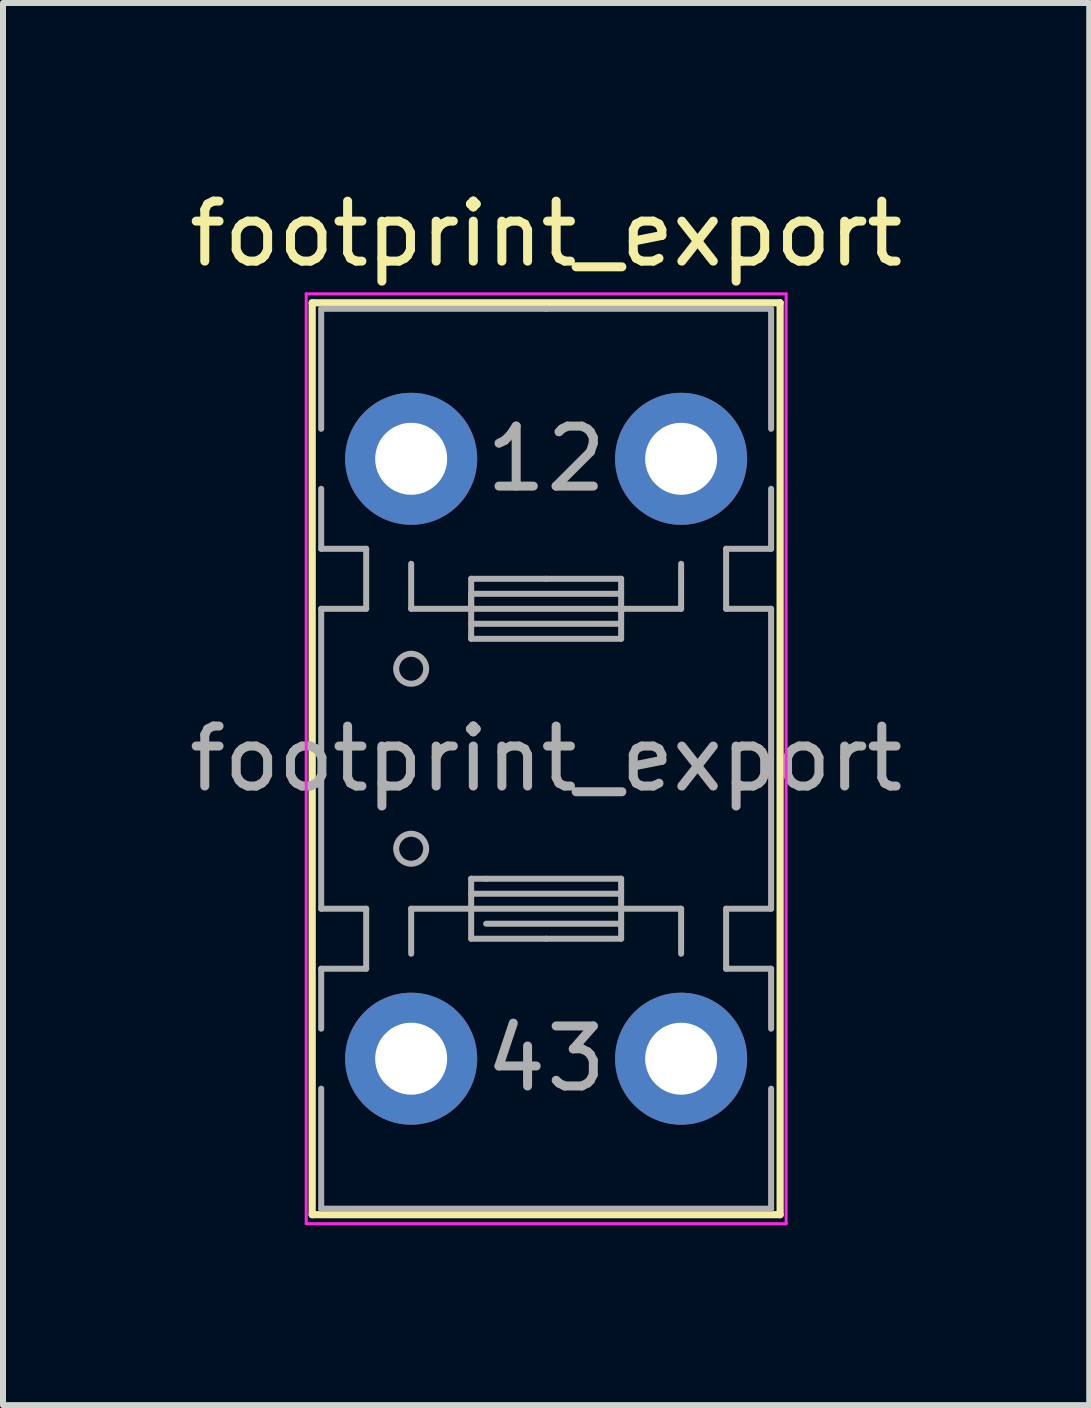
<source format=kicad_pcb>
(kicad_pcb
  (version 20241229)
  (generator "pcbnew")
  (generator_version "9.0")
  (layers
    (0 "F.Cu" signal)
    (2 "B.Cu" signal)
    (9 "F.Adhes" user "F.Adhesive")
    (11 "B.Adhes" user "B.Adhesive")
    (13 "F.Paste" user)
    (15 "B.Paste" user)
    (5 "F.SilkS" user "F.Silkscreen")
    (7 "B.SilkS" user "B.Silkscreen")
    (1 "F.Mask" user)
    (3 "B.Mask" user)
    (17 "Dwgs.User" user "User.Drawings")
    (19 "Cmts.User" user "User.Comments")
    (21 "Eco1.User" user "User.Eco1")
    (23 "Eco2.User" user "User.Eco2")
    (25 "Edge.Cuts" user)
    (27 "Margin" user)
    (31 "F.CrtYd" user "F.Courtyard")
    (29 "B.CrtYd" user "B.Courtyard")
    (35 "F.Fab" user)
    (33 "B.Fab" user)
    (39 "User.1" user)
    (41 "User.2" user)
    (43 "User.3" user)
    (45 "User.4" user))
  (footprint "footprint_export"
    (layer "F.Cu")
    (at 3.804 4.598)
    (property "Reference" "footprint_export" (at 2.25 -3.75 0) (layer "F.SilkS") (effects (font (size 1 1) (thickness 0.15))))
    (attr through_hole)
    (fp_line (start -1.65 -2.6) (end -1.65 12.6) (stroke (width 0.12) (type solid)) (layer "F.SilkS"))
    (fp_line (start -1.65 12.6) (end 6.15 12.6) (stroke (width 0.12) (type solid)) (layer "F.SilkS"))
    (fp_line (start 6.15 -2.6) (end -1.65 -2.6) (stroke (width 0.12) (type solid)) (layer "F.SilkS"))
    (fp_line (start 6.15 12.6) (end 6.15 -2.6) (stroke (width 0.12) (type solid)) (layer "F.SilkS"))
    (fp_line (start -1.75 -2.75) (end -1.75 12.75) (stroke (width 0.05) (type solid)) (layer "F.CrtYd"))
    (fp_line (start -1.75 12.75) (end 6.25 12.75) (stroke (width 0.05) (type solid)) (layer "F.CrtYd"))
    (fp_line (start 6.25 -2.75) (end -1.75 -2.75) (stroke (width 0.05) (type solid)) (layer "F.CrtYd"))
    (fp_line (start 6.25 12.75) (end 6.25 -2.75) (stroke (width 0.05) (type solid)) (layer "F.CrtYd"))
    (fp_line (start -1.5 -2.5) (end 2.25 -2.5) (stroke (width 0.1) (type solid)) (layer "F.Fab"))
    (fp_line (start -1.5 -0.5) (end -1.5 -2.5) (stroke (width 0.1) (type solid)) (layer "F.Fab"))
    (fp_line (start -1.5 1.5) (end -1.5 0.5) (stroke (width 0.1) (type solid)) (layer "F.Fab"))
    (fp_line (start -1.5 2.5) (end -0.75 2.5) (stroke (width 0.1) (type solid)) (layer "F.Fab"))
    (fp_line (start -1.5 7.5) (end -1.5 2.5) (stroke (width 0.1) (type solid)) (layer "F.Fab"))
    (fp_line (start -1.5 8.5) (end -0.75 8.5) (stroke (width 0.1) (type solid)) (layer "F.Fab"))
    (fp_line (start -1.5 9.5) (end -1.5 8.5) (stroke (width 0.1) (type solid)) (layer "F.Fab"))
    (fp_line (start -1.5 12.5) (end -1.5 10.5) (stroke (width 0.1) (type solid)) (layer "F.Fab"))
    (fp_line (start -0.75 1.5) (end -1.5 1.5) (stroke (width 0.1) (type solid)) (layer "F.Fab"))
    (fp_line (start -0.75 2.5) (end -0.75 1.5) (stroke (width 0.1) (type solid)) (layer "F.Fab"))
    (fp_line (start -0.75 7.5) (end -1.5 7.5) (stroke (width 0.1) (type solid)) (layer "F.Fab"))
    (fp_line (start -0.75 8.5) (end -0.75 7.5) (stroke (width 0.1) (type solid)) (layer "F.Fab"))
    (fp_line (start 0 2.5) (end 0 1.75) (stroke (width 0.1) (type solid)) (layer "F.Fab"))
    (fp_line (start 0 7.5) (end 0 8.25) (stroke (width 0.1) (type solid)) (layer "F.Fab"))
    (fp_line (start 1 2) (end 2.25 2) (stroke (width 0.1) (type solid)) (layer "F.Fab"))
    (fp_line (start 1 2.25) (end 1 2.5) (stroke (width 0.1) (type solid)) (layer "F.Fab"))
    (fp_line (start 1 2.5) (end 0 2.5) (stroke (width 0.1) (type solid)) (layer "F.Fab"))
    (fp_line (start 1 2.75) (end 3.5 2.75) (stroke (width 0.1) (type solid)) (layer "F.Fab"))
    (fp_line (start 1 3) (end 1 2) (stroke (width 0.1) (type solid)) (layer "F.Fab"))
    (fp_line (start 1 7) (end 1 8) (stroke (width 0.1) (type solid)) (layer "F.Fab"))
    (fp_line (start 1 7.5) (end 0 7.5) (stroke (width 0.1) (type solid)) (layer "F.Fab"))
    (fp_line (start 1 8) (end 2.25 8) (stroke (width 0.1) (type solid)) (layer "F.Fab"))
    (fp_line (start 1.25 7) (end 1 7) (stroke (width 0.1) (type solid)) (layer "F.Fab"))
    (fp_line (start 2.25 -2.5) (end 6 -2.5) (stroke (width 0.1) (type solid)) (layer "F.Fab"))
    (fp_line (start 2.25 2) (end 3.5 2) (stroke (width 0.1) (type solid)) (layer "F.Fab"))
    (fp_line (start 2.25 8) (end 3.5 8) (stroke (width 0.1) (type solid)) (layer "F.Fab"))
    (fp_line (start 3.5 2) (end 3.5 3) (stroke (width 0.1) (type solid)) (layer "F.Fab"))
    (fp_line (start 3.5 2.25) (end 1 2.25) (stroke (width 0.1) (type solid)) (layer "F.Fab"))
    (fp_line (start 3.5 2.5) (end 1 2.5) (stroke (width 0.1) (type solid)) (layer "F.Fab"))
    (fp_line (start 3.5 2.5) (end 4.5 2.5) (stroke (width 0.1) (type solid)) (layer "F.Fab"))
    (fp_line (start 3.5 3) (end 1 3) (stroke (width 0.1) (type solid)) (layer "F.Fab"))
    (fp_line (start 3.5 7) (end 1.25 7) (stroke (width 0.1) (type solid)) (layer "F.Fab"))
    (fp_line (start 3.5 7.25) (end 1 7.25) (stroke (width 0.1) (type solid)) (layer "F.Fab"))
    (fp_line (start 3.5 7.5) (end 1 7.5) (stroke (width 0.1) (type solid)) (layer "F.Fab"))
    (fp_line (start 3.5 7.5) (end 4.5 7.5) (stroke (width 0.1) (type solid)) (layer "F.Fab"))
    (fp_line (start 3.5 7.75) (end 1.25 7.75) (stroke (width 0.1) (type solid)) (layer "F.Fab"))
    (fp_line (start 3.5 8) (end 3.5 7) (stroke (width 0.1) (type solid)) (layer "F.Fab"))
    (fp_line (start 4.5 2.5) (end 4.5 1.75) (stroke (width 0.1) (type solid)) (layer "F.Fab"))
    (fp_line (start 4.5 7.5) (end 4.5 8.25) (stroke (width 0.1) (type solid)) (layer "F.Fab"))
    (fp_line (start 5.25 1.5) (end 5.25 2.5) (stroke (width 0.1) (type solid)) (layer "F.Fab"))
    (fp_line (start 5.25 2.5) (end 6 2.5) (stroke (width 0.1) (type solid)) (layer "F.Fab"))
    (fp_line (start 5.25 7.5) (end 5.25 8.5) (stroke (width 0.1) (type solid)) (layer "F.Fab"))
    (fp_line (start 5.25 8.5) (end 6 8.5) (stroke (width 0.1) (type solid)) (layer "F.Fab"))
    (fp_line (start 6 -2.5) (end 6 -0.5) (stroke (width 0.1) (type solid)) (layer "F.Fab"))
    (fp_line (start 6 0.5) (end 6 1.5) (stroke (width 0.1) (type solid)) (layer "F.Fab"))
    (fp_line (start 6 1.5) (end 5.25 1.5) (stroke (width 0.1) (type solid)) (layer "F.Fab"))
    (fp_line (start 6 2.5) (end 6 7.5) (stroke (width 0.1) (type solid)) (layer "F.Fab"))
    (fp_line (start 6 7.5) (end 5.25 7.5) (stroke (width 0.1) (type solid)) (layer "F.Fab"))
    (fp_line (start 6 8.5) (end 6 9.5) (stroke (width 0.1) (type solid)) (layer "F.Fab"))
    (fp_line (start 6 10.5) (end 6 12.5) (stroke (width 0.1) (type solid)) (layer "F.Fab"))
    (fp_line (start 6 12.5) (end -1.5 12.5) (stroke (width 0.1) (type solid)) (layer "F.Fab"))
    (fp_circle (center 0 3.5) (end 0.25 3.5) (stroke (width 0.1) (type solid)) (fill no) (layer "F.Fab"))
    (fp_circle (center 0 6.5) (end 0 6.25) (stroke (width 0.1) (type solid)) (fill no) (layer "F.Fab"))
    (fp_text user "4" (at 1.75 10 0) (layer "F.Fab") (effects (font (size 1 1) (thickness 0.15))))
    (fp_text user "1" (at 1.75 0 0) (layer "F.Fab") (effects (font (size 1 1) (thickness 0.15))))
    (fp_text user "2" (at 2.75 0 0) (layer "F.Fab") (effects (font (size 1 1) (thickness 0.15))))
    (fp_text user "3" (at 2.75 10 0) (layer "F.Fab") (effects (font (size 1 1) (thickness 0.15))))
    (fp_text user "${REFERENCE}" (at 2.25 5 0) (layer "F.Fab") (effects (font (size 1 1) (thickness 0.15))))
    (pad "1" thru_hole circle (at 0 0) (size 2.2 2.2) (drill 1.2) (layers "*.Cu" "*.Mask"))
    (pad "2" thru_hole circle (at 4.5 0) (size 2.2 2.2) (drill 1.2) (layers "*.Cu" "*.Mask"))
    (pad "3" thru_hole circle (at 4.5 10) (size 2.2 2.2) (drill 1.2) (layers "*.Cu" "*.Mask"))
    (pad "4" thru_hole circle (at 0 10) (size 2.2 2.2) (drill 1.2) (layers "*.Cu" "*.Mask")))
  (gr_rect
    (start -3 -3)
    (end 15.107 20.373)
    (stroke (width 0.1) (type default))
    (fill no)
    (layer "Edge.Cuts")))
</source>
